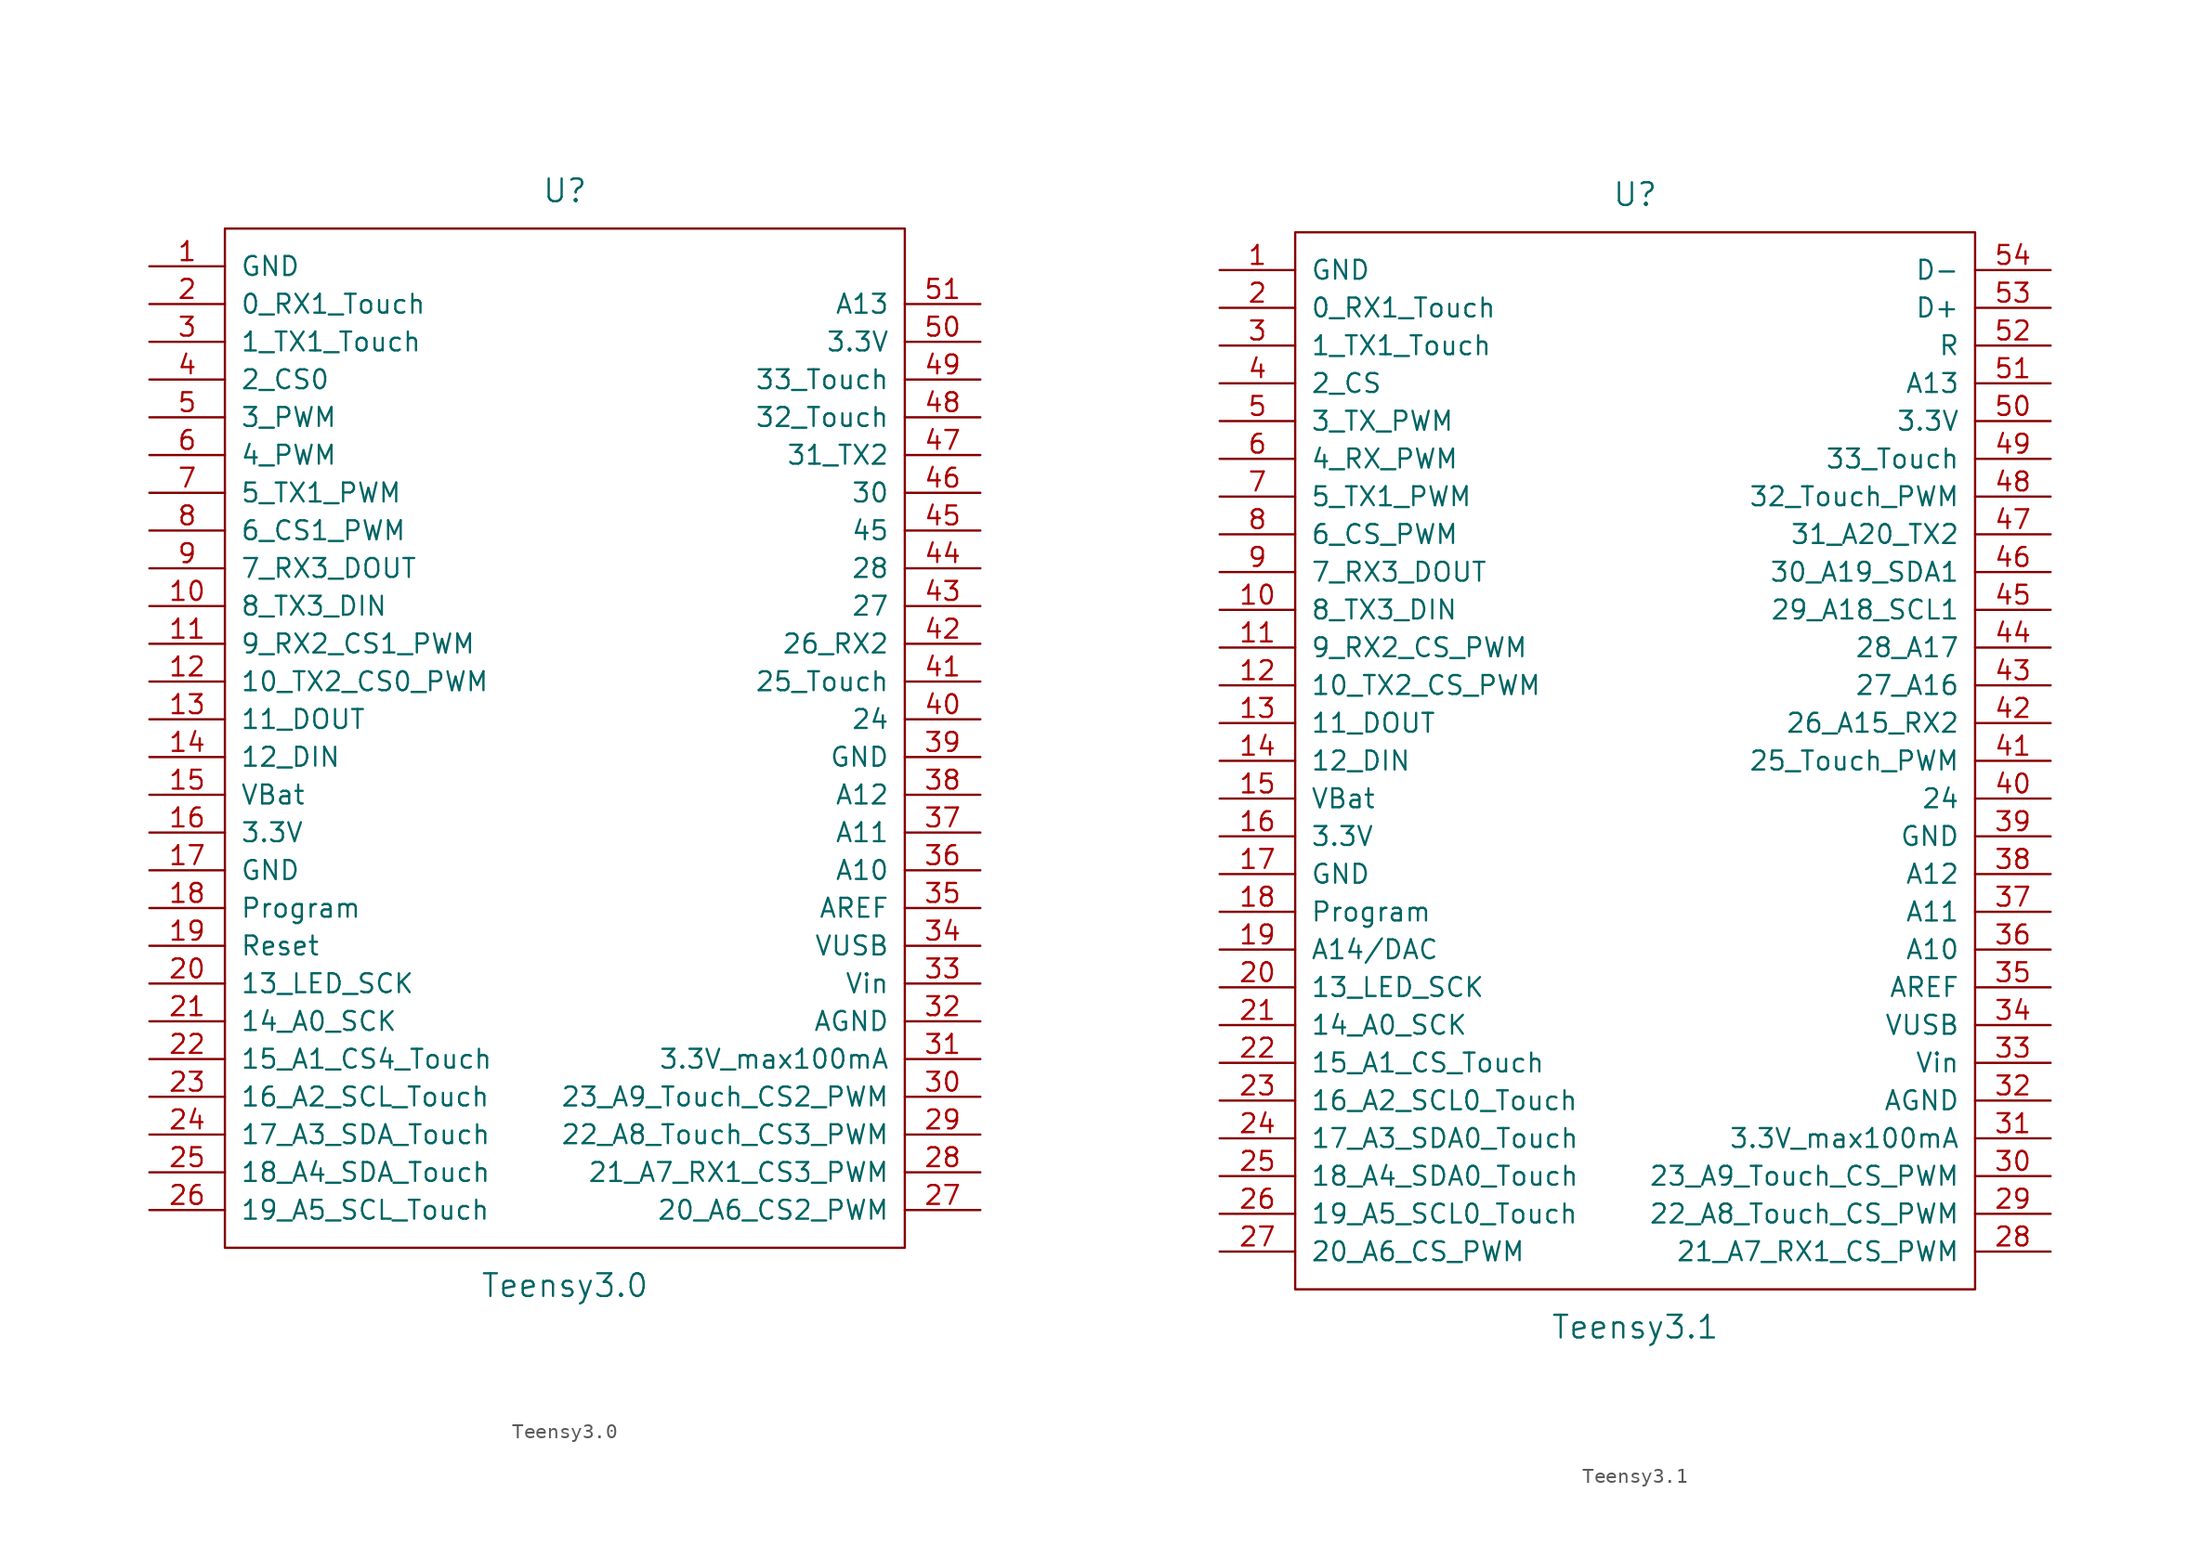
<source format=kicad_sym>
(kicad_symbol_lib
  (version 20211014)
  (generator kicad_symbol_editor)
  (symbol "Teensy3.0"
    (pin_names
      (offset 1.016))
    (property "Reference" "U"
      (at 0 36.83 0)
      (effects (font (size 1.524 1.524))))
    (property "Value" "Teensy3.0"
      (at 0 -36.83 0)
      (effects (font (size 1.524 1.524))))
    (property "Footprint" ""
      (at 0 -21.59 0)
      (effects (font (size 1.524 1.524))))
    (property "Datasheet" ""
      (at 0 -21.59 0)
      (effects (font (size 1.524 1.524))))
    (symbol "Teensy3.0_0_1"
      (rectangle (start -22.86 34.29) (end 22.86 -34.29) (stroke (width 0) (type default)) (fill (type none))))
    (symbol "Teensy3.0_1_1"
      (pin power_in line (at -27.94 31.75 0) (length 5.08) (name "GND" (effects (font (size 1.27 1.27)))) (number "1" (effects (font (size 1.27 1.27)))))
      (pin bidirectional line (at -27.94 8.89 0) (length 5.08) (name "8_TX3_DIN" (effects (font (size 1.27 1.27)))) (number "10" (effects (font (size 1.27 1.27)))))
      (pin bidirectional line (at -27.94 6.35 0) (length 5.08) (name "9_RX2_CS1_PWM" (effects (font (size 1.27 1.27)))) (number "11" (effects (font (size 1.27 1.27)))))
      (pin bidirectional line (at -27.94 3.81 0) (length 5.08) (name "10_TX2_CS0_PWM" (effects (font (size 1.27 1.27)))) (number "12" (effects (font (size 1.27 1.27)))))
      (pin bidirectional line (at -27.94 1.27 0) (length 5.08) (name "11_DOUT" (effects (font (size 1.27 1.27)))) (number "13" (effects (font (size 1.27 1.27)))))
      (pin bidirectional line (at -27.94 -1.27 0) (length 5.08) (name "12_DIN" (effects (font (size 1.27 1.27)))) (number "14" (effects (font (size 1.27 1.27)))))
      (pin power_in line (at -27.94 -3.81 0) (length 5.08) (name "VBat" (effects (font (size 1.27 1.27)))) (number "15" (effects (font (size 1.27 1.27)))))
      (pin power_in line (at -27.94 -6.35 0) (length 5.08) (name "3.3V" (effects (font (size 1.27 1.27)))) (number "16" (effects (font (size 1.27 1.27)))))
      (pin power_in line (at -27.94 -8.89 0) (length 5.08) (name "GND" (effects (font (size 1.27 1.27)))) (number "17" (effects (font (size 1.27 1.27)))))
      (pin input line (at -27.94 -11.43 0) (length 5.08) (name "Program" (effects (font (size 1.27 1.27)))) (number "18" (effects (font (size 1.27 1.27)))))
      (pin input line (at -27.94 -13.97 0) (length 5.08) (name "Reset" (effects (font (size 1.27 1.27)))) (number "19" (effects (font (size 1.27 1.27)))))
      (pin bidirectional line (at -27.94 29.21 0) (length 5.08) (name "0_RX1_Touch" (effects (font (size 1.27 1.27)))) (number "2" (effects (font (size 1.27 1.27)))))
      (pin bidirectional line (at -27.94 -16.51 0) (length 5.08) (name "13_LED_SCK" (effects (font (size 1.27 1.27)))) (number "20" (effects (font (size 1.27 1.27)))))
      (pin bidirectional line (at -27.94 -19.05 0) (length 5.08) (name "14_A0_SCK" (effects (font (size 1.27 1.27)))) (number "21" (effects (font (size 1.27 1.27)))))
      (pin bidirectional line (at -27.94 -21.59 0) (length 5.08) (name "15_A1_CS4_Touch" (effects (font (size 1.27 1.27)))) (number "22" (effects (font (size 1.27 1.27)))))
      (pin bidirectional line (at -27.94 -24.13 0) (length 5.08) (name "16_A2_SCL_Touch" (effects (font (size 1.27 1.27)))) (number "23" (effects (font (size 1.27 1.27)))))
      (pin bidirectional line (at -27.94 -26.67 0) (length 5.08) (name "17_A3_SDA_Touch" (effects (font (size 1.27 1.27)))) (number "24" (effects (font (size 1.27 1.27)))))
      (pin bidirectional line (at -27.94 -29.21 0) (length 5.08) (name "18_A4_SDA_Touch" (effects (font (size 1.27 1.27)))) (number "25" (effects (font (size 1.27 1.27)))))
      (pin bidirectional line (at -27.94 -31.75 0) (length 5.08) (name "19_A5_SCL_Touch" (effects (font (size 1.27 1.27)))) (number "26" (effects (font (size 1.27 1.27)))))
      (pin bidirectional line (at 27.94 -31.75 180) (length 5.08) (name "20_A6_CS2_PWM" (effects (font (size 1.27 1.27)))) (number "27" (effects (font (size 1.27 1.27)))))
      (pin bidirectional line (at 27.94 -29.21 180) (length 5.08) (name "21_A7_RX1_CS3_PWM" (effects (font (size 1.27 1.27)))) (number "28" (effects (font (size 1.27 1.27)))))
      (pin bidirectional line (at 27.94 -26.67 180) (length 5.08) (name "22_A8_Touch_CS3_PWM" (effects (font (size 1.27 1.27)))) (number "29" (effects (font (size 1.27 1.27)))))
      (pin bidirectional line (at -27.94 26.67 0) (length 5.08) (name "1_TX1_Touch" (effects (font (size 1.27 1.27)))) (number "3" (effects (font (size 1.27 1.27)))))
      (pin bidirectional line (at 27.94 -24.13 180) (length 5.08) (name "23_A9_Touch_CS2_PWM" (effects (font (size 1.27 1.27)))) (number "30" (effects (font (size 1.27 1.27)))))
      (pin power_in line (at 27.94 -21.59 180) (length 5.08) (name "3.3V_max100mA" (effects (font (size 1.27 1.27)))) (number "31" (effects (font (size 1.27 1.27)))))
      (pin power_in line (at 27.94 -19.05 180) (length 5.08) (name "AGND" (effects (font (size 1.27 1.27)))) (number "32" (effects (font (size 1.27 1.27)))))
      (pin power_in line (at 27.94 -16.51 180) (length 5.08) (name "Vin" (effects (font (size 1.27 1.27)))) (number "33" (effects (font (size 1.27 1.27)))))
      (pin power_in line (at 27.94 -13.97 180) (length 5.08) (name "VUSB" (effects (font (size 1.27 1.27)))) (number "34" (effects (font (size 1.27 1.27)))))
      (pin input line (at 27.94 -11.43 180) (length 5.08) (name "AREF" (effects (font (size 1.27 1.27)))) (number "35" (effects (font (size 1.27 1.27)))))
      (pin bidirectional line (at 27.94 -8.89 180) (length 5.08) (name "A10" (effects (font (size 1.27 1.27)))) (number "36" (effects (font (size 1.27 1.27)))))
      (pin bidirectional line (at 27.94 -6.35 180) (length 5.08) (name "A11" (effects (font (size 1.27 1.27)))) (number "37" (effects (font (size 1.27 1.27)))))
      (pin bidirectional line (at 27.94 -3.81 180) (length 5.08) (name "A12" (effects (font (size 1.27 1.27)))) (number "38" (effects (font (size 1.27 1.27)))))
      (pin power_in line (at 27.94 -1.27 180) (length 5.08) (name "GND" (effects (font (size 1.27 1.27)))) (number "39" (effects (font (size 1.27 1.27)))))
      (pin bidirectional line (at -27.94 24.13 0) (length 5.08) (name "2_CS0" (effects (font (size 1.27 1.27)))) (number "4" (effects (font (size 1.27 1.27)))))
      (pin bidirectional line (at 27.94 1.27 180) (length 5.08) (name "24" (effects (font (size 1.27 1.27)))) (number "40" (effects (font (size 1.27 1.27)))))
      (pin bidirectional line (at 27.94 3.81 180) (length 5.08) (name "25_Touch" (effects (font (size 1.27 1.27)))) (number "41" (effects (font (size 1.27 1.27)))))
      (pin bidirectional line (at 27.94 6.35 180) (length 5.08) (name "26_RX2" (effects (font (size 1.27 1.27)))) (number "42" (effects (font (size 1.27 1.27)))))
      (pin bidirectional line (at 27.94 8.89 180) (length 5.08) (name "27" (effects (font (size 1.27 1.27)))) (number "43" (effects (font (size 1.27 1.27)))))
      (pin bidirectional line (at 27.94 11.43 180) (length 5.08) (name "28" (effects (font (size 1.27 1.27)))) (number "44" (effects (font (size 1.27 1.27)))))
      (pin bidirectional line (at 27.94 13.97 180) (length 5.08) (name "45" (effects (font (size 1.27 1.27)))) (number "45" (effects (font (size 1.27 1.27)))))
      (pin bidirectional line (at 27.94 16.51 180) (length 5.08) (name "30" (effects (font (size 1.27 1.27)))) (number "46" (effects (font (size 1.27 1.27)))))
      (pin bidirectional line (at 27.94 19.05 180) (length 5.08) (name "31_TX2" (effects (font (size 1.27 1.27)))) (number "47" (effects (font (size 1.27 1.27)))))
      (pin bidirectional line (at 27.94 21.59 180) (length 5.08) (name "32_Touch" (effects (font (size 1.27 1.27)))) (number "48" (effects (font (size 1.27 1.27)))))
      (pin bidirectional line (at 27.94 24.13 180) (length 5.08) (name "33_Touch" (effects (font (size 1.27 1.27)))) (number "49" (effects (font (size 1.27 1.27)))))
      (pin bidirectional line (at -27.94 21.59 0) (length 5.08) (name "3_PWM" (effects (font (size 1.27 1.27)))) (number "5" (effects (font (size 1.27 1.27)))))
      (pin power_in line (at 27.94 26.67 180) (length 5.08) (name "3.3V" (effects (font (size 1.27 1.27)))) (number "50" (effects (font (size 1.27 1.27)))))
      (pin bidirectional line (at 27.94 29.21 180) (length 5.08) (name "A13" (effects (font (size 1.27 1.27)))) (number "51" (effects (font (size 1.27 1.27)))))
      (pin bidirectional line (at -27.94 19.05 0) (length 5.08) (name "4_PWM" (effects (font (size 1.27 1.27)))) (number "6" (effects (font (size 1.27 1.27)))))
      (pin bidirectional line (at -27.94 16.51 0) (length 5.08) (name "5_TX1_PWM" (effects (font (size 1.27 1.27)))) (number "7" (effects (font (size 1.27 1.27)))))
      (pin bidirectional line (at -27.94 13.97 0) (length 5.08) (name "6_CS1_PWM" (effects (font (size 1.27 1.27)))) (number "8" (effects (font (size 1.27 1.27)))))
      (pin bidirectional line (at -27.94 11.43 0) (length 5.08) (name "7_RX3_DOUT" (effects (font (size 1.27 1.27)))) (number "9" (effects (font (size 1.27 1.27)))))))
  (symbol "Teensy3.1"
    (pin_names
      (offset 1.016))
    (property "Reference" "U"
      (at 0 38.1 0)
      (effects (font (size 1.524 1.524))))
    (property "Value" "Teensy3.1"
      (at 0 -38.1 0)
      (effects (font (size 1.524 1.524))))
    (property "Footprint" ""
      (at 0 -20.32 0)
      (effects (font (size 1.524 1.524))))
    (property "Datasheet" ""
      (at 0 -20.32 0)
      (effects (font (size 1.524 1.524))))
    (symbol "Teensy3.1_0_1"
      (rectangle (start -22.86 35.56) (end 22.86 -35.56) (stroke (width 0) (type default)) (fill (type none))))
    (symbol "Teensy3.1_1_1"
      (pin power_in line (at -27.94 33.02 0) (length 5.08) (name "GND" (effects (font (size 1.27 1.27)))) (number "1" (effects (font (size 1.27 1.27)))))
      (pin bidirectional line (at -27.94 10.16 0) (length 5.08) (name "8_TX3_DIN" (effects (font (size 1.27 1.27)))) (number "10" (effects (font (size 1.27 1.27)))))
      (pin bidirectional line (at -27.94 7.62 0) (length 5.08) (name "9_RX2_CS_PWM" (effects (font (size 1.27 1.27)))) (number "11" (effects (font (size 1.27 1.27)))))
      (pin bidirectional line (at -27.94 5.08 0) (length 5.08) (name "10_TX2_CS_PWM" (effects (font (size 1.27 1.27)))) (number "12" (effects (font (size 1.27 1.27)))))
      (pin bidirectional line (at -27.94 2.54 0) (length 5.08) (name "11_DOUT" (effects (font (size 1.27 1.27)))) (number "13" (effects (font (size 1.27 1.27)))))
      (pin bidirectional line (at -27.94 0 0) (length 5.08) (name "12_DIN" (effects (font (size 1.27 1.27)))) (number "14" (effects (font (size 1.27 1.27)))))
      (pin power_in line (at -27.94 -2.54 0) (length 5.08) (name "VBat" (effects (font (size 1.27 1.27)))) (number "15" (effects (font (size 1.27 1.27)))))
      (pin power_in line (at -27.94 -5.08 0) (length 5.08) (name "3.3V" (effects (font (size 1.27 1.27)))) (number "16" (effects (font (size 1.27 1.27)))))
      (pin power_in line (at -27.94 -7.62 0) (length 5.08) (name "GND" (effects (font (size 1.27 1.27)))) (number "17" (effects (font (size 1.27 1.27)))))
      (pin input line (at -27.94 -10.16 0) (length 5.08) (name "Program" (effects (font (size 1.27 1.27)))) (number "18" (effects (font (size 1.27 1.27)))))
      (pin bidirectional line (at -27.94 -12.7 0) (length 5.08) (name "A14/DAC" (effects (font (size 1.27 1.27)))) (number "19" (effects (font (size 1.27 1.27)))))
      (pin bidirectional line (at -27.94 30.48 0) (length 5.08) (name "0_RX1_Touch" (effects (font (size 1.27 1.27)))) (number "2" (effects (font (size 1.27 1.27)))))
      (pin bidirectional line (at -27.94 -15.24 0) (length 5.08) (name "13_LED_SCK" (effects (font (size 1.27 1.27)))) (number "20" (effects (font (size 1.27 1.27)))))
      (pin bidirectional line (at -27.94 -17.78 0) (length 5.08) (name "14_A0_SCK" (effects (font (size 1.27 1.27)))) (number "21" (effects (font (size 1.27 1.27)))))
      (pin bidirectional line (at -27.94 -20.32 0) (length 5.08) (name "15_A1_CS_Touch" (effects (font (size 1.27 1.27)))) (number "22" (effects (font (size 1.27 1.27)))))
      (pin bidirectional line (at -27.94 -22.86 0) (length 5.08) (name "16_A2_SCL0_Touch" (effects (font (size 1.27 1.27)))) (number "23" (effects (font (size 1.27 1.27)))))
      (pin bidirectional line (at -27.94 -25.4 0) (length 5.08) (name "17_A3_SDA0_Touch" (effects (font (size 1.27 1.27)))) (number "24" (effects (font (size 1.27 1.27)))))
      (pin bidirectional line (at -27.94 -27.94 0) (length 5.08) (name "18_A4_SDA0_Touch" (effects (font (size 1.27 1.27)))) (number "25" (effects (font (size 1.27 1.27)))))
      (pin bidirectional line (at -27.94 -30.48 0) (length 5.08) (name "19_A5_SCL0_Touch" (effects (font (size 1.27 1.27)))) (number "26" (effects (font (size 1.27 1.27)))))
      (pin bidirectional line (at -27.94 -33.02 0) (length 5.08) (name "20_A6_CS_PWM" (effects (font (size 1.27 1.27)))) (number "27" (effects (font (size 1.27 1.27)))))
      (pin bidirectional line (at 27.94 -33.02 180) (length 5.08) (name "21_A7_RX1_CS_PWM" (effects (font (size 1.27 1.27)))) (number "28" (effects (font (size 1.27 1.27)))))
      (pin bidirectional line (at 27.94 -30.48 180) (length 5.08) (name "22_A8_Touch_CS_PWM" (effects (font (size 1.27 1.27)))) (number "29" (effects (font (size 1.27 1.27)))))
      (pin bidirectional line (at -27.94 27.94 0) (length 5.08) (name "1_TX1_Touch" (effects (font (size 1.27 1.27)))) (number "3" (effects (font (size 1.27 1.27)))))
      (pin bidirectional line (at 27.94 -27.94 180) (length 5.08) (name "23_A9_Touch_CS_PWM" (effects (font (size 1.27 1.27)))) (number "30" (effects (font (size 1.27 1.27)))))
      (pin power_in line (at 27.94 -25.4 180) (length 5.08) (name "3.3V_max100mA" (effects (font (size 1.27 1.27)))) (number "31" (effects (font (size 1.27 1.27)))))
      (pin power_in line (at 27.94 -22.86 180) (length 5.08) (name "AGND" (effects (font (size 1.27 1.27)))) (number "32" (effects (font (size 1.27 1.27)))))
      (pin power_in line (at 27.94 -20.32 180) (length 5.08) (name "Vin" (effects (font (size 1.27 1.27)))) (number "33" (effects (font (size 1.27 1.27)))))
      (pin power_in line (at 27.94 -17.78 180) (length 5.08) (name "VUSB" (effects (font (size 1.27 1.27)))) (number "34" (effects (font (size 1.27 1.27)))))
      (pin input line (at 27.94 -15.24 180) (length 5.08) (name "AREF" (effects (font (size 1.27 1.27)))) (number "35" (effects (font (size 1.27 1.27)))))
      (pin bidirectional line (at 27.94 -12.7 180) (length 5.08) (name "A10" (effects (font (size 1.27 1.27)))) (number "36" (effects (font (size 1.27 1.27)))))
      (pin bidirectional line (at 27.94 -10.16 180) (length 5.08) (name "A11" (effects (font (size 1.27 1.27)))) (number "37" (effects (font (size 1.27 1.27)))))
      (pin bidirectional line (at 27.94 -7.62 180) (length 5.08) (name "A12" (effects (font (size 1.27 1.27)))) (number "38" (effects (font (size 1.27 1.27)))))
      (pin power_in line (at 27.94 -5.08 180) (length 5.08) (name "GND" (effects (font (size 1.27 1.27)))) (number "39" (effects (font (size 1.27 1.27)))))
      (pin bidirectional line (at -27.94 25.4 0) (length 5.08) (name "2_CS" (effects (font (size 1.27 1.27)))) (number "4" (effects (font (size 1.27 1.27)))))
      (pin bidirectional line (at 27.94 -2.54 180) (length 5.08) (name "24" (effects (font (size 1.27 1.27)))) (number "40" (effects (font (size 1.27 1.27)))))
      (pin bidirectional line (at 27.94 0 180) (length 5.08) (name "25_Touch_PWM" (effects (font (size 1.27 1.27)))) (number "41" (effects (font (size 1.27 1.27)))))
      (pin bidirectional line (at 27.94 2.54 180) (length 5.08) (name "26_A15_RX2" (effects (font (size 1.27 1.27)))) (number "42" (effects (font (size 1.27 1.27)))))
      (pin bidirectional line (at 27.94 5.08 180) (length 5.08) (name "27_A16" (effects (font (size 1.27 1.27)))) (number "43" (effects (font (size 1.27 1.27)))))
      (pin bidirectional line (at 27.94 7.62 180) (length 5.08) (name "28_A17" (effects (font (size 1.27 1.27)))) (number "44" (effects (font (size 1.27 1.27)))))
      (pin bidirectional line (at 27.94 10.16 180) (length 5.08) (name "29_A18_SCL1" (effects (font (size 1.27 1.27)))) (number "45" (effects (font (size 1.27 1.27)))))
      (pin bidirectional line (at 27.94 12.7 180) (length 5.08) (name "30_A19_SDA1" (effects (font (size 1.27 1.27)))) (number "46" (effects (font (size 1.27 1.27)))))
      (pin bidirectional line (at 27.94 15.24 180) (length 5.08) (name "31_A20_TX2" (effects (font (size 1.27 1.27)))) (number "47" (effects (font (size 1.27 1.27)))))
      (pin bidirectional line (at 27.94 17.78 180) (length 5.08) (name "32_Touch_PWM" (effects (font (size 1.27 1.27)))) (number "48" (effects (font (size 1.27 1.27)))))
      (pin bidirectional line (at 27.94 20.32 180) (length 5.08) (name "33_Touch" (effects (font (size 1.27 1.27)))) (number "49" (effects (font (size 1.27 1.27)))))
      (pin bidirectional line (at -27.94 22.86 0) (length 5.08) (name "3_TX_PWM" (effects (font (size 1.27 1.27)))) (number "5" (effects (font (size 1.27 1.27)))))
      (pin power_in line (at 27.94 22.86 180) (length 5.08) (name "3.3V" (effects (font (size 1.27 1.27)))) (number "50" (effects (font (size 1.27 1.27)))))
      (pin bidirectional line (at 27.94 25.4 180) (length 5.08) (name "A13" (effects (font (size 1.27 1.27)))) (number "51" (effects (font (size 1.27 1.27)))))
      (pin input line (at 27.94 27.94 180) (length 5.08) (name "R" (effects (font (size 1.27 1.27)))) (number "52" (effects (font (size 1.27 1.27)))))
      (pin bidirectional line (at 27.94 30.48 180) (length 5.08) (name "D+" (effects (font (size 1.27 1.27)))) (number "53" (effects (font (size 1.27 1.27)))))
      (pin bidirectional line (at 27.94 33.02 180) (length 5.08) (name "D-" (effects (font (size 1.27 1.27)))) (number "54" (effects (font (size 1.27 1.27)))))
      (pin bidirectional line (at -27.94 20.32 0) (length 5.08) (name "4_RX_PWM" (effects (font (size 1.27 1.27)))) (number "6" (effects (font (size 1.27 1.27)))))
      (pin bidirectional line (at -27.94 17.78 0) (length 5.08) (name "5_TX1_PWM" (effects (font (size 1.27 1.27)))) (number "7" (effects (font (size 1.27 1.27)))))
      (pin bidirectional line (at -27.94 15.24 0) (length 5.08) (name "6_CS_PWM" (effects (font (size 1.27 1.27)))) (number "8" (effects (font (size 1.27 1.27)))))
      (pin bidirectional line (at -27.94 12.7 0) (length 5.08) (name "7_RX3_DOUT" (effects (font (size 1.27 1.27)))) (number "9" (effects (font (size 1.27 1.27))))))))
</source>
